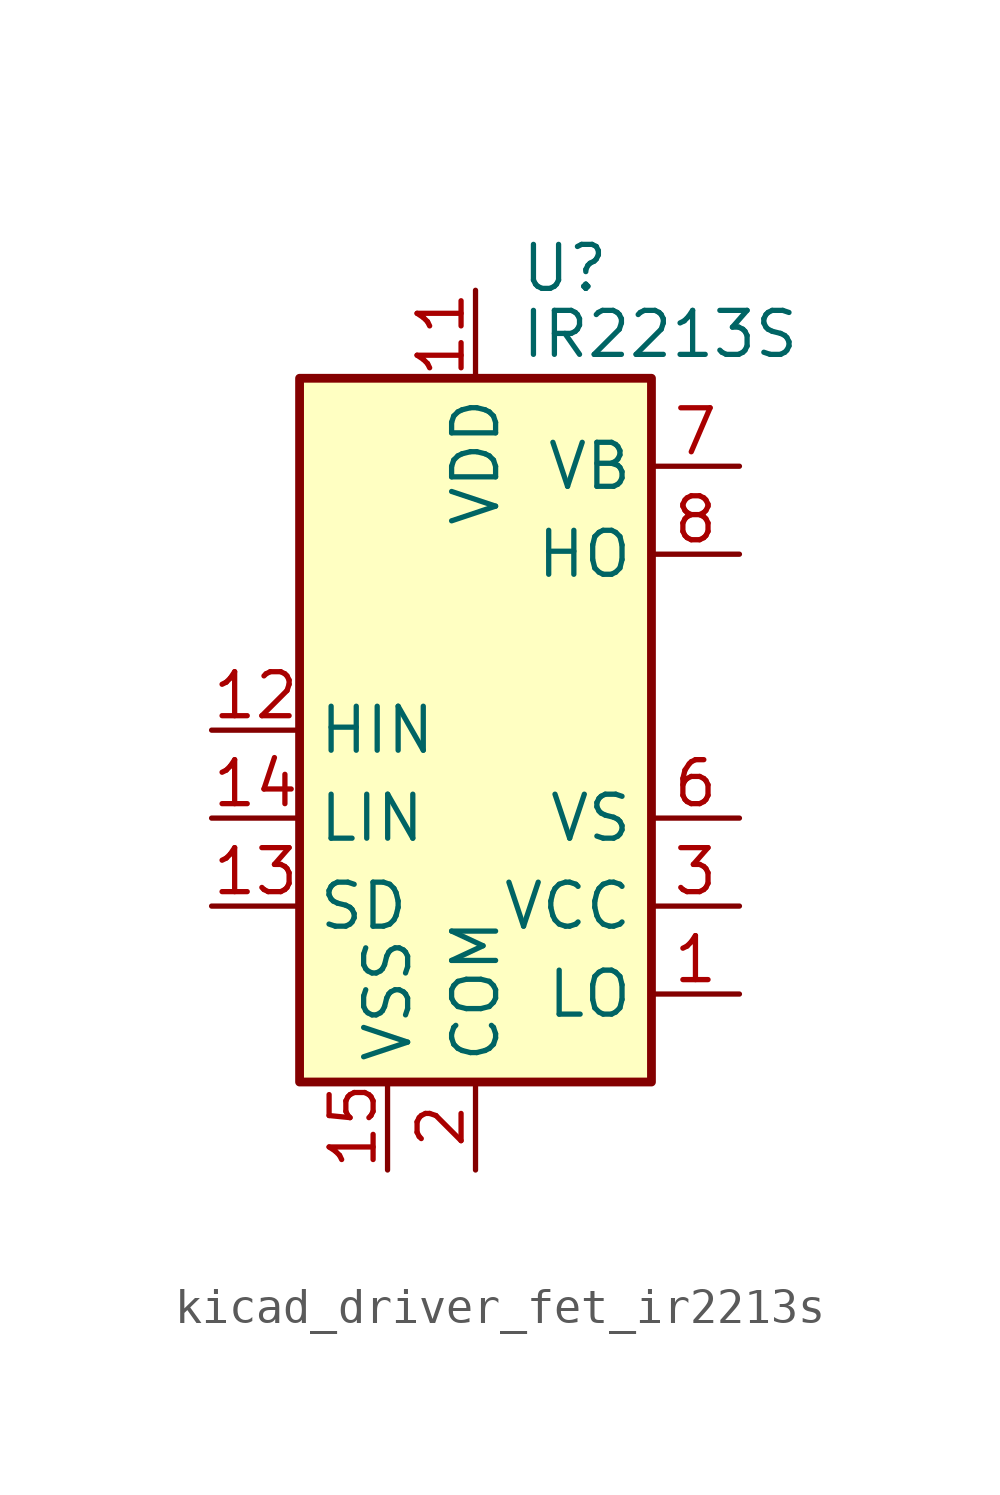
<source format=kicad_sym>
(kicad_symbol_lib
  (version 20220914)
  (generator kicad_symbol_editor)
  (symbol "kicad_driver_fet_ir2213s"
    (property "Reference" "U"
      (at 1.27 13.335 0)
      (effects (font (size 1.27 1.27)) (justify left)))
    (property "Value" "IR2213S"
      (at 1.27 11.43 0)
      (effects (font (size 1.27 1.27)) (justify left)))
    (symbol "kicad_driver_fet_ir2213s_0_1"
      (rectangle (start -5.08 -10.16) (end 5.08 10.16) (stroke (width 0.254) (type default)) (fill (type background))))
    (symbol "kicad_driver_fet_ir2213s_1_1"
      (pin output line (at 7.62 -7.62 180) (length 2.54) (name "LO" (effects (font (size 1.27 1.27)))) (number "1" (effects (font (size 1.27 1.27)))))
      (pin no_connect line (at 5.08 2.54 180) (length 2.54) hide (name "NC" (effects (font (size 1.27 1.27)))) (number "10" (effects (font (size 1.27 1.27)))))
      (pin power_in line (at 0 12.7 270) (length 2.54) (name "VDD" (effects (font (size 1.27 1.27)))) (number "11" (effects (font (size 1.27 1.27)))))
      (pin input line (at -7.62 0 0) (length 2.54) (name "HIN" (effects (font (size 1.27 1.27)))) (number "12" (effects (font (size 1.27 1.27)))))
      (pin input line (at -7.62 -5.08 0) (length 2.54) (name "SD" (effects (font (size 1.27 1.27)))) (number "13" (effects (font (size 1.27 1.27)))))
      (pin input line (at -7.62 -2.54 0) (length 2.54) (name "LIN" (effects (font (size 1.27 1.27)))) (number "14" (effects (font (size 1.27 1.27)))))
      (pin power_in line (at -2.54 -12.7 90) (length 2.54) (name "VSS" (effects (font (size 1.27 1.27)))) (number "15" (effects (font (size 1.27 1.27)))))
      (pin no_connect line (at 5.08 0 180) (length 2.54) hide (name "NC" (effects (font (size 1.27 1.27)))) (number "16" (effects (font (size 1.27 1.27)))))
      (pin power_in line (at 0 -12.7 90) (length 2.54) (name "COM" (effects (font (size 1.27 1.27)))) (number "2" (effects (font (size 1.27 1.27)))))
      (pin power_in line (at 7.62 -5.08 180) (length 2.54) (name "VCC" (effects (font (size 1.27 1.27)))) (number "3" (effects (font (size 1.27 1.27)))))
      (pin no_connect line (at -5.08 7.62 0) (length 2.54) hide (name "NC" (effects (font (size 1.27 1.27)))) (number "4" (effects (font (size 1.27 1.27)))))
      (pin no_connect line (at -5.08 5.08 0) (length 2.54) hide (name "NC" (effects (font (size 1.27 1.27)))) (number "5" (effects (font (size 1.27 1.27)))))
      (pin passive line (at 7.62 -2.54 180) (length 2.54) (name "VS" (effects (font (size 1.27 1.27)))) (number "6" (effects (font (size 1.27 1.27)))))
      (pin passive line (at 7.62 7.62 180) (length 2.54) (name "VB" (effects (font (size 1.27 1.27)))) (number "7" (effects (font (size 1.27 1.27)))))
      (pin output line (at 7.62 5.08 180) (length 2.54) (name "HO" (effects (font (size 1.27 1.27)))) (number "8" (effects (font (size 1.27 1.27)))))
      (pin no_connect line (at -5.08 2.54 0) (length 2.54) hide (name "NC" (effects (font (size 1.27 1.27)))) (number "9" (effects (font (size 1.27 1.27))))))))
</source>
